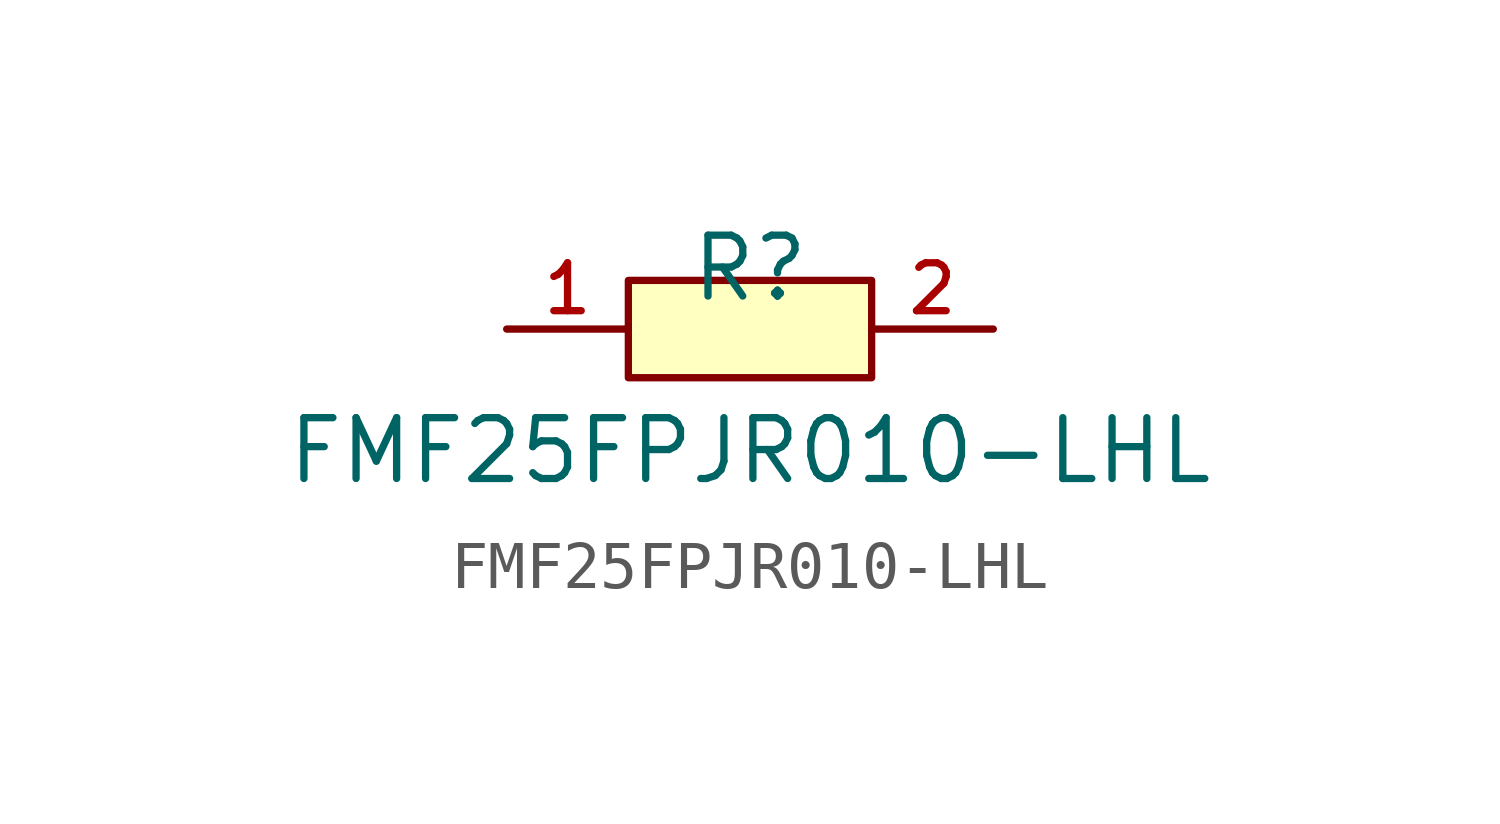
<source format=kicad_sym>
(kicad_symbol_lib
  (version 20210201)
  (generator TousstNicolas/JLC2KiCad_lib)
  (symbol "FMF25FPJR010-LHL"
    (pin_names hide)
    (property "Reference" "R"
      (at 0 1.27 0)
      (effects (font (size 1.27 1.27))))
    (property "Value" "FMF25FPJR010-LHL"
      (at 0 -2.54 0)
      (effects (font (size 1.27 1.27))))
    (symbol "FMF25FPJR010-LHL_0_1"
      (pin input line (at 5.08 -0.0 180) (length 2.54) (name "2" (effects (font (size 1 1)))) (number "2" (effects (font (size 1 1)))))
      (pin input line (at -5.08 -0.0 0) (length 2.54) (name "1" (effects (font (size 1 1)))) (number "1" (effects (font (size 1 1)))))
      (rectangle (start -2.54 1.016) (end 2.54 -1.016) (stroke (width 0) (type default) (color 0 0 0 0)) (fill (type background))))))
</source>
